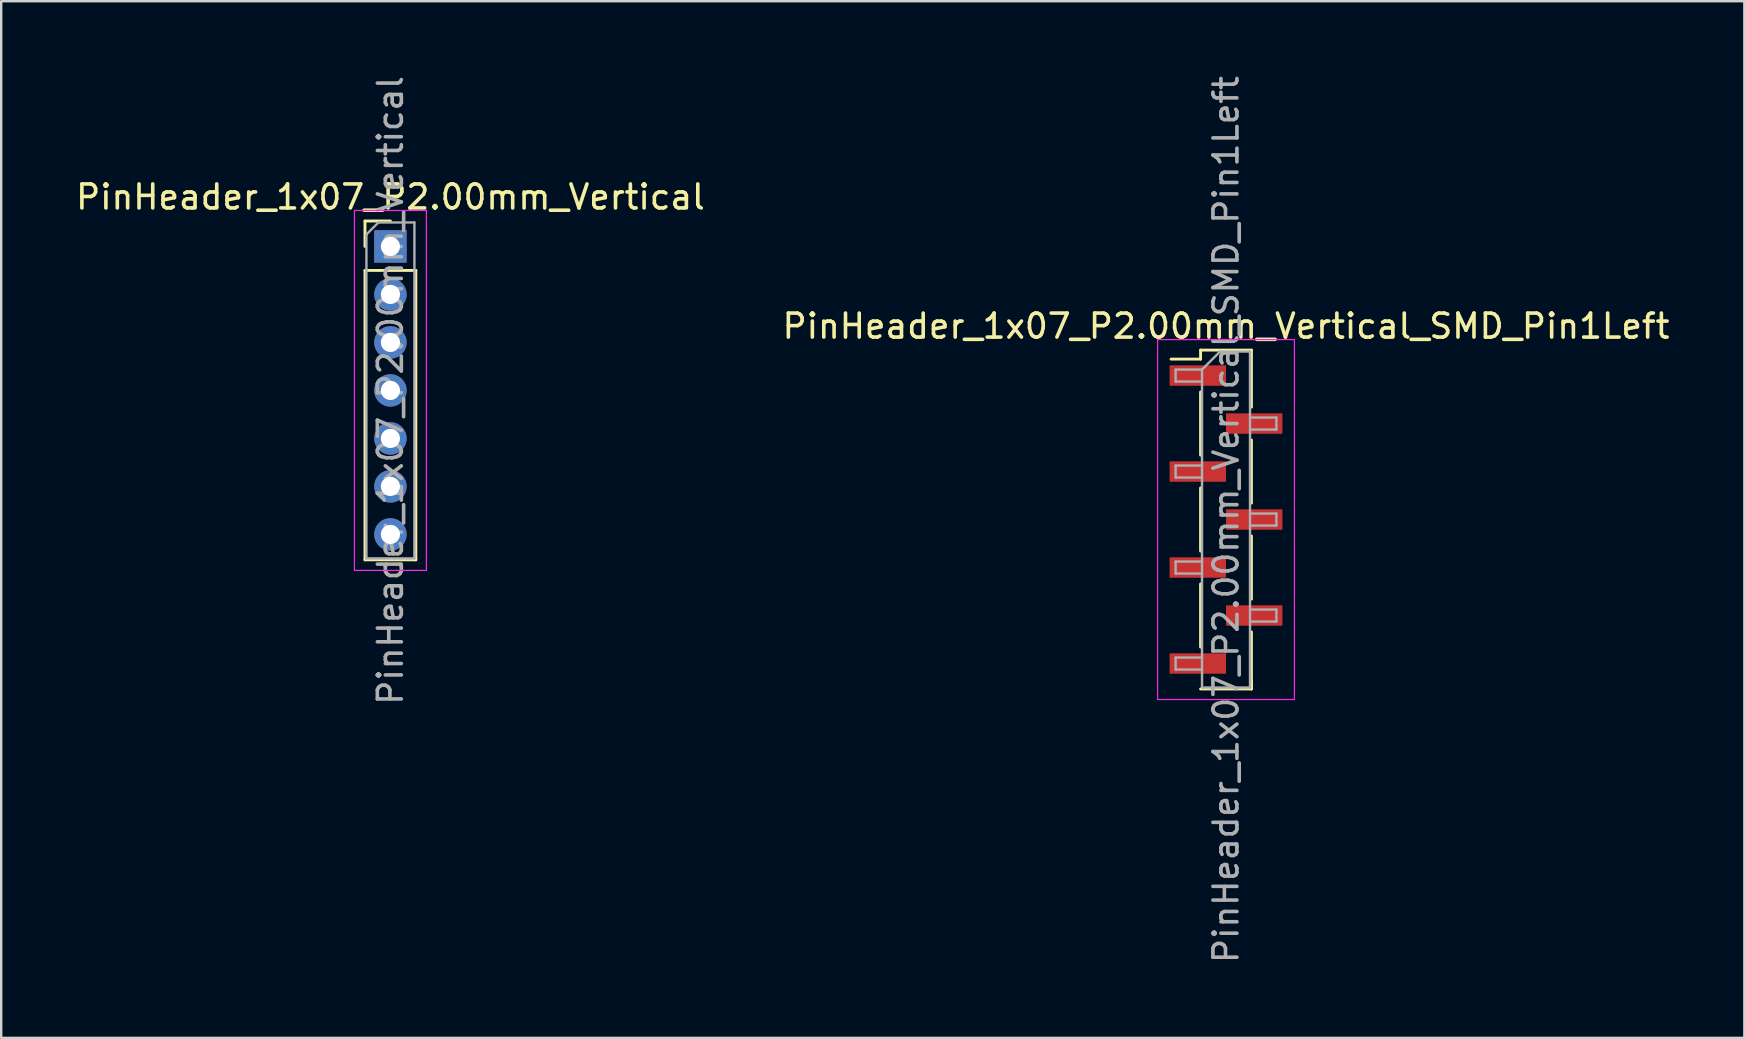
<source format=kicad_pcb>
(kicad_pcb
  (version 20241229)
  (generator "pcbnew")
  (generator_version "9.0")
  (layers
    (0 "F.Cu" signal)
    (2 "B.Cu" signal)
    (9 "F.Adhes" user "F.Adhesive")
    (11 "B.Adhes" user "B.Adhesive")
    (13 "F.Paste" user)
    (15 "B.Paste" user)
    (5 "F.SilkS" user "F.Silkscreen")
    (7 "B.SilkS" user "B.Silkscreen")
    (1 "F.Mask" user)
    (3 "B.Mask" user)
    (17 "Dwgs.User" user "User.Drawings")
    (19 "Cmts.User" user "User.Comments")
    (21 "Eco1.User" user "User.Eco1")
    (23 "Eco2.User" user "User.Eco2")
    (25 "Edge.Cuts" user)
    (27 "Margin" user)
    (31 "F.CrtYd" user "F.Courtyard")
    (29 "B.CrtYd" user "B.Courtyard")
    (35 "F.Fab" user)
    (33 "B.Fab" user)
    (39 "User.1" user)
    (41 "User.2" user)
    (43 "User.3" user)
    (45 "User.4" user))
  (footprint "PinHeader_1x07_P2.00mm_Vertical"
    (layer "F.Cu")
    (at 13.22 7.22)
    (property "Reference" "PinHeader_1x07_P2.00mm_Vertical" (at 0 -2.06 0) (layer "F.SilkS") (effects (font (size 1 1) (thickness 0.15))))
    (attr through_hole)
    (fp_line (start -1.06 -1.06) (end 0 -1.06) (stroke (width 0.12) (type solid)) (layer "F.SilkS"))
    (fp_line (start -1.06 0) (end -1.06 -1.06) (stroke (width 0.12) (type solid)) (layer "F.SilkS"))
    (fp_line (start -1.06 1) (end -1.06 13.06) (stroke (width 0.12) (type solid)) (layer "F.SilkS"))
    (fp_line (start -1.06 1) (end 1.06 1) (stroke (width 0.12) (type solid)) (layer "F.SilkS"))
    (fp_line (start -1.06 13.06) (end 1.06 13.06) (stroke (width 0.12) (type solid)) (layer "F.SilkS"))
    (fp_line (start 1.06 1) (end 1.06 13.06) (stroke (width 0.12) (type solid)) (layer "F.SilkS"))
    (fp_line (start -1.5 -1.5) (end -1.5 13.5) (stroke (width 0.05) (type solid)) (layer "F.CrtYd"))
    (fp_line (start -1.5 13.5) (end 1.5 13.5) (stroke (width 0.05) (type solid)) (layer "F.CrtYd"))
    (fp_line (start 1.5 -1.5) (end -1.5 -1.5) (stroke (width 0.05) (type solid)) (layer "F.CrtYd"))
    (fp_line (start 1.5 13.5) (end 1.5 -1.5) (stroke (width 0.05) (type solid)) (layer "F.CrtYd"))
    (fp_line (start -1 -0.5) (end -0.5 -1) (stroke (width 0.1) (type solid)) (layer "F.Fab"))
    (fp_line (start -1 13) (end -1 -0.5) (stroke (width 0.1) (type solid)) (layer "F.Fab"))
    (fp_line (start -0.5 -1) (end 1 -1) (stroke (width 0.1) (type solid)) (layer "F.Fab"))
    (fp_line (start 1 -1) (end 1 13) (stroke (width 0.1) (type solid)) (layer "F.Fab"))
    (fp_line (start 1 13) (end -1 13) (stroke (width 0.1) (type solid)) (layer "F.Fab"))
    (fp_text user "${REFERENCE}" (at 0 6 90) (layer "F.Fab") (effects (font (size 1 1) (thickness 0.15))))
    (pad "1" thru_hole rect (at 0 0) (size 1.35 1.35) (drill 0.8) (layers "*.Cu" "*.Mask"))
    (pad "2" thru_hole oval (at 0 2) (size 1.35 1.35) (drill 0.8) (layers "*.Cu" "*.Mask"))
    (pad "3" thru_hole oval (at 0 4) (size 1.35 1.35) (drill 0.8) (layers "*.Cu" "*.Mask"))
    (pad "4" thru_hole oval (at 0 6) (size 1.35 1.35) (drill 0.8) (layers "*.Cu" "*.Mask"))
    (pad "5" thru_hole oval (at 0 8) (size 1.35 1.35) (drill 0.8) (layers "*.Cu" "*.Mask"))
    (pad "6" thru_hole oval (at 0 10) (size 1.35 1.35) (drill 0.8) (layers "*.Cu" "*.Mask"))
    (pad "7" thru_hole oval (at 0 12) (size 1.35 1.35) (drill 0.8) (layers "*.Cu" "*.Mask")))
  (footprint "PinHeader_1x07_P2.00mm_Vertical_SMD_Pin1Left"
    (layer "F.Cu")
    (at 48.042 18.601)
    (property "Reference" "PinHeader_1x07_P2.00mm_Vertical_SMD_Pin1Left" (at 0 -8.06 0) (layer "F.SilkS") (effects (font (size 1 1) (thickness 0.15))))
    (attr smd)
    (fp_line (start -1.06 -7.06) (end -1.06 -6.685) (stroke (width 0.12) (type solid)) (layer "F.SilkS"))
    (fp_line (start -1.06 -7.06) (end 1.06 -7.06) (stroke (width 0.12) (type solid)) (layer "F.SilkS"))
    (fp_line (start -1.06 -6.685) (end -2.29 -6.685) (stroke (width 0.12) (type solid)) (layer "F.SilkS"))
    (fp_line (start -1.06 -5.315) (end -1.06 -2.685) (stroke (width 0.12) (type solid)) (layer "F.SilkS"))
    (fp_line (start -1.06 -1.315) (end -1.06 1.315) (stroke (width 0.12) (type solid)) (layer "F.SilkS"))
    (fp_line (start -1.06 2.685) (end -1.06 5.315) (stroke (width 0.12) (type solid)) (layer "F.SilkS"))
    (fp_line (start -1.06 7.06) (end 1.06 7.06) (stroke (width 0.12) (type solid)) (layer "F.SilkS"))
    (fp_line (start 1.06 -7.06) (end 1.06 -4.685) (stroke (width 0.12) (type solid)) (layer "F.SilkS"))
    (fp_line (start 1.06 -3.315) (end 1.06 -0.685) (stroke (width 0.12) (type solid)) (layer "F.SilkS"))
    (fp_line (start 1.06 0.685) (end 1.06 3.315) (stroke (width 0.12) (type solid)) (layer "F.SilkS"))
    (fp_line (start 1.06 4.685) (end 1.06 7.06) (stroke (width 0.12) (type solid)) (layer "F.SilkS"))
    (fp_line (start 1.06 6.685) (end 1.06 7.06) (stroke (width 0.12) (type solid)) (layer "F.SilkS"))
    (fp_line (start -2.85 -7.5) (end -2.85 7.5) (stroke (width 0.05) (type solid)) (layer "F.CrtYd"))
    (fp_line (start -2.85 7.5) (end 2.85 7.5) (stroke (width 0.05) (type solid)) (layer "F.CrtYd"))
    (fp_line (start 2.85 -7.5) (end -2.85 -7.5) (stroke (width 0.05) (type solid)) (layer "F.CrtYd"))
    (fp_line (start 2.85 7.5) (end 2.85 -7.5) (stroke (width 0.05) (type solid)) (layer "F.CrtYd"))
    (fp_line (start -2.1 -6.25) (end -2.1 -5.75) (stroke (width 0.1) (type solid)) (layer "F.Fab"))
    (fp_line (start -2.1 -5.75) (end -1 -5.75) (stroke (width 0.1) (type solid)) (layer "F.Fab"))
    (fp_line (start -2.1 -2.25) (end -2.1 -1.75) (stroke (width 0.1) (type solid)) (layer "F.Fab"))
    (fp_line (start -2.1 -1.75) (end -1 -1.75) (stroke (width 0.1) (type solid)) (layer "F.Fab"))
    (fp_line (start -2.1 1.75) (end -2.1 2.25) (stroke (width 0.1) (type solid)) (layer "F.Fab"))
    (fp_line (start -2.1 2.25) (end -1 2.25) (stroke (width 0.1) (type solid)) (layer "F.Fab"))
    (fp_line (start -2.1 5.75) (end -2.1 6.25) (stroke (width 0.1) (type solid)) (layer "F.Fab"))
    (fp_line (start -2.1 6.25) (end -1 6.25) (stroke (width 0.1) (type solid)) (layer "F.Fab"))
    (fp_line (start -1 -6.25) (end -2.1 -6.25) (stroke (width 0.1) (type solid)) (layer "F.Fab"))
    (fp_line (start -1 -6.25) (end -0.25 -7) (stroke (width 0.1) (type solid)) (layer "F.Fab"))
    (fp_line (start -1 -2.25) (end -2.1 -2.25) (stroke (width 0.1) (type solid)) (layer "F.Fab"))
    (fp_line (start -1 1.75) (end -2.1 1.75) (stroke (width 0.1) (type solid)) (layer "F.Fab"))
    (fp_line (start -1 5.75) (end -2.1 5.75) (stroke (width 0.1) (type solid)) (layer "F.Fab"))
    (fp_line (start -1 7) (end -1 -6.25) (stroke (width 0.1) (type solid)) (layer "F.Fab"))
    (fp_line (start -0.25 -7) (end 1 -7) (stroke (width 0.1) (type solid)) (layer "F.Fab"))
    (fp_line (start 1 -7) (end 1 7) (stroke (width 0.1) (type solid)) (layer "F.Fab"))
    (fp_line (start 1 -4.25) (end 2.1 -4.25) (stroke (width 0.1) (type solid)) (layer "F.Fab"))
    (fp_line (start 1 -0.25) (end 2.1 -0.25) (stroke (width 0.1) (type solid)) (layer "F.Fab"))
    (fp_line (start 1 3.75) (end 2.1 3.75) (stroke (width 0.1) (type solid)) (layer "F.Fab"))
    (fp_line (start 1 7) (end -1 7) (stroke (width 0.1) (type solid)) (layer "F.Fab"))
    (fp_line (start 2.1 -4.25) (end 2.1 -3.75) (stroke (width 0.1) (type solid)) (layer "F.Fab"))
    (fp_line (start 2.1 -3.75) (end 1 -3.75) (stroke (width 0.1) (type solid)) (layer "F.Fab"))
    (fp_line (start 2.1 -0.25) (end 2.1 0.25) (stroke (width 0.1) (type solid)) (layer "F.Fab"))
    (fp_line (start 2.1 0.25) (end 1 0.25) (stroke (width 0.1) (type solid)) (layer "F.Fab"))
    (fp_line (start 2.1 3.75) (end 2.1 4.25) (stroke (width 0.1) (type solid)) (layer "F.Fab"))
    (fp_line (start 2.1 4.25) (end 1 4.25) (stroke (width 0.1) (type solid)) (layer "F.Fab"))
    (fp_text user "${REFERENCE}" (at 0 0 90) (layer "F.Fab") (effects (font (size 1 1) (thickness 0.15))))
    (pad "1" smd rect (at -1.175 -6) (size 2.35 0.85) (layers "F.Cu" "F.Mask" "F.Paste"))
    (pad "2" smd rect (at 1.175 -4) (size 2.35 0.85) (layers "F.Cu" "F.Mask" "F.Paste"))
    (pad "3" smd rect (at -1.175 -2) (size 2.35 0.85) (layers "F.Cu" "F.Mask" "F.Paste"))
    (pad "4" smd rect (at 1.175 0) (size 2.35 0.85) (layers "F.Cu" "F.Mask" "F.Paste"))
    (pad "5" smd rect (at -1.175 2) (size 2.35 0.85) (layers "F.Cu" "F.Mask" "F.Paste"))
    (pad "6" smd rect (at 1.175 4) (size 2.35 0.85) (layers "F.Cu" "F.Mask" "F.Paste"))
    (pad "7" smd rect (at -1.175 6) (size 2.35 0.85) (layers "F.Cu" "F.Mask" "F.Paste")))
  (gr_rect
    (start -3 -3)
    (end 69.643 40.202)
    (stroke (width 0.1) (type default))
    (fill no)
    (layer "Edge.Cuts")))
</source>
